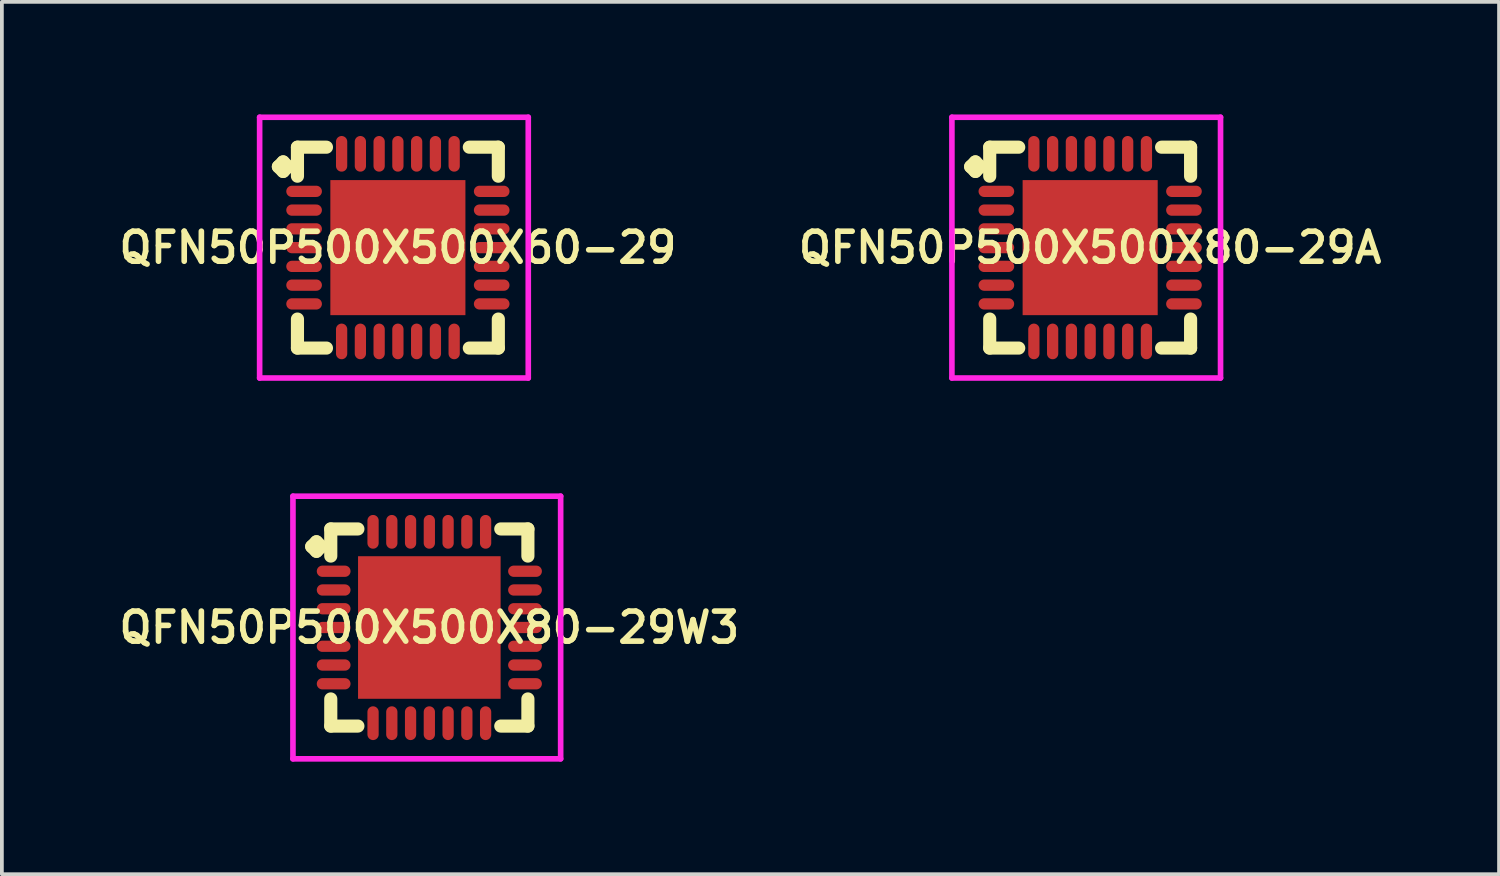
<source format=kicad_pcb>
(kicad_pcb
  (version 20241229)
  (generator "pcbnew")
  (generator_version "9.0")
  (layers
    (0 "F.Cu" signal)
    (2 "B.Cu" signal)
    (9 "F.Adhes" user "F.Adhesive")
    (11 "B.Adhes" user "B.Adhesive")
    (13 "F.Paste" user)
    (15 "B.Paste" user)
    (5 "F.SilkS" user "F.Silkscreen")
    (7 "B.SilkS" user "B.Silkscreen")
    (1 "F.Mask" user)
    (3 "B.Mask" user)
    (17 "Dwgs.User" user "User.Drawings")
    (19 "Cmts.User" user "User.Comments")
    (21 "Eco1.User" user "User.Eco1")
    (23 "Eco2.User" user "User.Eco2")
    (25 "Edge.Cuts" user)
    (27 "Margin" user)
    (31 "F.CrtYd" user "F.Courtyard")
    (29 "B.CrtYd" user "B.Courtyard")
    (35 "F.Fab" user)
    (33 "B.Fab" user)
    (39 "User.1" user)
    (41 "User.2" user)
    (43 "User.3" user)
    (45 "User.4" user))
  (footprint "QFN50P500X500X80-29A"
    (layer "F.Cu")
    (at 26.006 3.55)
    (property "Reference" "QFN50P500X500X80-29A" (at 0 0 0) (layer "F.SilkS") (effects (font (size 0.8 0.8) (thickness 0.15))))
    (attr smd)
    (fp_line (start -3.185 -2.158) (end -3.058 -2.285) (stroke (width 0.35) (type solid)) (layer "F.SilkS"))
    (fp_line (start -3.058 -2.285) (end -2.931 -2.158) (stroke (width 0.35) (type solid)) (layer "F.SilkS"))
    (fp_line (start -3.058 -2.031) (end -3.185 -2.158) (stroke (width 0.35) (type solid)) (layer "F.SilkS"))
    (fp_line (start -2.931 -2.158) (end -3.058 -2.031) (stroke (width 0.35) (type solid)) (layer "F.SilkS"))
    (fp_line (start -2.677 -2.677) (end -1.904 -2.677) (stroke (width 0.35) (type solid)) (layer "F.SilkS"))
    (fp_line (start -2.677 -1.904) (end -2.677 -2.677) (stroke (width 0.35) (type solid)) (layer "F.SilkS"))
    (fp_line (start -2.677 1.904) (end -2.677 2.677) (stroke (width 0.35) (type solid)) (layer "F.SilkS"))
    (fp_line (start -2.677 2.677) (end -1.904 2.677) (stroke (width 0.35) (type solid)) (layer "F.SilkS"))
    (fp_line (start 1.904 -2.677) (end 2.677 -2.677) (stroke (width 0.35) (type solid)) (layer "F.SilkS"))
    (fp_line (start 1.904 2.677) (end 2.677 2.677) (stroke (width 0.35) (type solid)) (layer "F.SilkS"))
    (fp_line (start 2.677 -2.677) (end 2.677 -1.904) (stroke (width 0.35) (type solid)) (layer "F.SilkS"))
    (fp_line (start 2.677 2.677) (end 2.677 1.904) (stroke (width 0.35) (type solid)) (layer "F.SilkS"))
    (fp_line (start -3.685 -3.475) (end 3.475 -3.475) (stroke (width 0.15) (type solid)) (layer "F.CrtYd"))
    (fp_line (start -3.685 3.475) (end -3.685 -3.475) (stroke (width 0.15) (type solid)) (layer "F.CrtYd"))
    (fp_line (start 3.475 -3.475) (end 3.475 3.475) (stroke (width 0.15) (type solid)) (layer "F.CrtYd"))
    (fp_line (start 3.475 3.475) (end -3.685 3.475) (stroke (width 0.15) (type solid)) (layer "F.CrtYd"))
    (pad "1" smd oval (at -2.5 -1.5) (size 0.95 0.3) (layers "F.Cu" "F.Mask" "F.Paste"))
    (pad "2" smd oval (at -2.5 -1) (size 0.95 0.3) (layers "F.Cu" "F.Mask" "F.Paste"))
    (pad "3" smd oval (at -2.5 -0.5) (size 0.95 0.3) (layers "F.Cu" "F.Mask" "F.Paste"))
    (pad "4" smd oval (at -2.5 0) (size 0.95 0.3) (layers "F.Cu" "F.Mask" "F.Paste"))
    (pad "5" smd oval (at -2.5 0.5) (size 0.95 0.3) (layers "F.Cu" "F.Mask" "F.Paste"))
    (pad "6" smd oval (at -2.5 1) (size 0.95 0.3) (layers "F.Cu" "F.Mask" "F.Paste"))
    (pad "7" smd oval (at -2.5 1.5) (size 0.95 0.3) (layers "F.Cu" "F.Mask" "F.Paste"))
    (pad "8" smd oval (at -1.5 2.5) (size 0.3 0.95) (layers "F.Cu" "F.Mask" "F.Paste"))
    (pad "9" smd oval (at -1 2.5) (size 0.3 0.95) (layers "F.Cu" "F.Mask" "F.Paste"))
    (pad "10" smd oval (at -0.5 2.5) (size 0.3 0.95) (layers "F.Cu" "F.Mask" "F.Paste"))
    (pad "11" smd oval (at 0 2.5) (size 0.3 0.95) (layers "F.Cu" "F.Mask" "F.Paste"))
    (pad "12" smd oval (at 0.5 2.5) (size 0.3 0.95) (layers "F.Cu" "F.Mask" "F.Paste"))
    (pad "13" smd oval (at 1 2.5) (size 0.3 0.95) (layers "F.Cu" "F.Mask" "F.Paste"))
    (pad "14" smd oval (at 1.5 2.5) (size 0.3 0.95) (layers "F.Cu" "F.Mask" "F.Paste"))
    (pad "15" smd oval (at 2.5 1.5) (size 0.95 0.3) (layers "F.Cu" "F.Mask" "F.Paste"))
    (pad "16" smd oval (at 2.5 1) (size 0.95 0.3) (layers "F.Cu" "F.Mask" "F.Paste"))
    (pad "17" smd oval (at 2.5 0.5) (size 0.95 0.3) (layers "F.Cu" "F.Mask" "F.Paste"))
    (pad "18" smd oval (at 2.5 0) (size 0.95 0.3) (layers "F.Cu" "F.Mask" "F.Paste"))
    (pad "19" smd oval (at 2.5 -0.5) (size 0.95 0.3) (layers "F.Cu" "F.Mask" "F.Paste"))
    (pad "20" smd oval (at 2.5 -1) (size 0.95 0.3) (layers "F.Cu" "F.Mask" "F.Paste"))
    (pad "21" smd oval (at 2.5 -1.5) (size 0.95 0.3) (layers "F.Cu" "F.Mask" "F.Paste"))
    (pad "22" smd oval (at 1.5 -2.5) (size 0.3 0.95) (layers "F.Cu" "F.Mask" "F.Paste"))
    (pad "23" smd oval (at 1 -2.5) (size 0.3 0.95) (layers "F.Cu" "F.Mask" "F.Paste"))
    (pad "24" smd oval (at 0.5 -2.5) (size 0.3 0.95) (layers "F.Cu" "F.Mask" "F.Paste"))
    (pad "25" smd oval (at 0 -2.5) (size 0.3 0.95) (layers "F.Cu" "F.Mask" "F.Paste"))
    (pad "26" smd oval (at -0.5 -2.5) (size 0.3 0.95) (layers "F.Cu" "F.Mask" "F.Paste"))
    (pad "27" smd oval (at -1 -2.5) (size 0.3 0.95) (layers "F.Cu" "F.Mask" "F.Paste"))
    (pad "28" smd oval (at -1.5 -2.5) (size 0.3 0.95) (layers "F.Cu" "F.Mask" "F.Paste"))
    (pad "29" smd rect (at 0 0) (size 3.6 3.6) (layers "F.Cu" "F.Mask" "F.Paste")))
  (footprint "QFN50P500X500X80-29W3"
    (layer "F.Cu")
    (at 8.393 13.675)
    (property "Reference" "QFN50P500X500X80-29W3" (at 0 0 0) (layer "F.SilkS") (effects (font (size 0.8 0.8) (thickness 0.15))))
    (attr smd)
    (fp_line (start -3.135 -2.158) (end -3.008 -2.285) (stroke (width 0.35) (type solid)) (layer "F.SilkS"))
    (fp_line (start -3.008 -2.285) (end -2.881 -2.158) (stroke (width 0.35) (type solid)) (layer "F.SilkS"))
    (fp_line (start -3.008 -2.031) (end -3.135 -2.158) (stroke (width 0.35) (type solid)) (layer "F.SilkS"))
    (fp_line (start -2.881 -2.158) (end -3.008 -2.031) (stroke (width 0.35) (type solid)) (layer "F.SilkS"))
    (fp_line (start -2.627 -2.627) (end -1.904 -2.627) (stroke (width 0.35) (type solid)) (layer "F.SilkS"))
    (fp_line (start -2.627 -1.904) (end -2.627 -2.627) (stroke (width 0.35) (type solid)) (layer "F.SilkS"))
    (fp_line (start -2.627 1.904) (end -2.627 2.627) (stroke (width 0.35) (type solid)) (layer "F.SilkS"))
    (fp_line (start -2.627 2.627) (end -1.904 2.627) (stroke (width 0.35) (type solid)) (layer "F.SilkS"))
    (fp_line (start 1.904 -2.627) (end 2.627 -2.627) (stroke (width 0.35) (type solid)) (layer "F.SilkS"))
    (fp_line (start 1.904 2.627) (end 2.627 2.627) (stroke (width 0.35) (type solid)) (layer "F.SilkS"))
    (fp_line (start 2.627 -2.627) (end 2.627 -1.904) (stroke (width 0.35) (type solid)) (layer "F.SilkS"))
    (fp_line (start 2.627 2.627) (end 2.627 1.904) (stroke (width 0.35) (type solid)) (layer "F.SilkS"))
    (fp_line (start -3.635 -3.5) (end 3.5 -3.5) (stroke (width 0.15) (type solid)) (layer "F.CrtYd"))
    (fp_line (start -3.635 3.5) (end -3.635 -3.5) (stroke (width 0.15) (type solid)) (layer "F.CrtYd"))
    (fp_line (start 3.5 -3.5) (end 3.5 3.5) (stroke (width 0.15) (type solid)) (layer "F.CrtYd"))
    (fp_line (start 3.5 3.5) (end -3.635 3.5) (stroke (width 0.15) (type solid)) (layer "F.CrtYd"))
    (pad "1" smd oval (at -2.55 -1.5) (size 0.9 0.3) (layers "F.Cu" "F.Mask" "F.Paste"))
    (pad "2" smd oval (at -2.55 -1) (size 0.9 0.3) (layers "F.Cu" "F.Mask" "F.Paste"))
    (pad "3" smd oval (at -2.55 -0.5) (size 0.9 0.3) (layers "F.Cu" "F.Mask" "F.Paste"))
    (pad "4" smd oval (at -2.55 0) (size 0.9 0.3) (layers "F.Cu" "F.Mask" "F.Paste"))
    (pad "5" smd oval (at -2.55 0.5) (size 0.9 0.3) (layers "F.Cu" "F.Mask" "F.Paste"))
    (pad "6" smd oval (at -2.55 1) (size 0.9 0.3) (layers "F.Cu" "F.Mask" "F.Paste"))
    (pad "7" smd oval (at -2.55 1.5) (size 0.9 0.3) (layers "F.Cu" "F.Mask" "F.Paste"))
    (pad "8" smd oval (at -1.5 2.55) (size 0.3 0.9) (layers "F.Cu" "F.Mask" "F.Paste"))
    (pad "9" smd oval (at -1 2.55) (size 0.3 0.9) (layers "F.Cu" "F.Mask" "F.Paste"))
    (pad "10" smd oval (at -0.5 2.55) (size 0.3 0.9) (layers "F.Cu" "F.Mask" "F.Paste"))
    (pad "11" smd oval (at 0 2.55) (size 0.3 0.9) (layers "F.Cu" "F.Mask" "F.Paste"))
    (pad "12" smd oval (at 0.5 2.55) (size 0.3 0.9) (layers "F.Cu" "F.Mask" "F.Paste"))
    (pad "13" smd oval (at 1 2.55) (size 0.3 0.9) (layers "F.Cu" "F.Mask" "F.Paste"))
    (pad "14" smd oval (at 1.5 2.55) (size 0.3 0.9) (layers "F.Cu" "F.Mask" "F.Paste"))
    (pad "15" smd oval (at 2.55 1.5) (size 0.9 0.3) (layers "F.Cu" "F.Mask" "F.Paste"))
    (pad "16" smd oval (at 2.55 1) (size 0.9 0.3) (layers "F.Cu" "F.Mask" "F.Paste"))
    (pad "17" smd oval (at 2.55 0.5) (size 0.9 0.3) (layers "F.Cu" "F.Mask" "F.Paste"))
    (pad "18" smd oval (at 2.55 0) (size 0.9 0.3) (layers "F.Cu" "F.Mask" "F.Paste"))
    (pad "19" smd oval (at 2.55 -0.5) (size 0.9 0.3) (layers "F.Cu" "F.Mask" "F.Paste"))
    (pad "20" smd oval (at 2.55 -1) (size 0.9 0.3) (layers "F.Cu" "F.Mask" "F.Paste"))
    (pad "21" smd oval (at 2.55 -1.5) (size 0.9 0.3) (layers "F.Cu" "F.Mask" "F.Paste"))
    (pad "22" smd oval (at 1.5 -2.55) (size 0.3 0.9) (layers "F.Cu" "F.Mask" "F.Paste"))
    (pad "23" smd oval (at 1 -2.55) (size 0.3 0.9) (layers "F.Cu" "F.Mask" "F.Paste"))
    (pad "24" smd oval (at 0.5 -2.55) (size 0.3 0.9) (layers "F.Cu" "F.Mask" "F.Paste"))
    (pad "25" smd oval (at 0 -2.55) (size 0.3 0.9) (layers "F.Cu" "F.Mask" "F.Paste"))
    (pad "26" smd oval (at -0.5 -2.55) (size 0.3 0.9) (layers "F.Cu" "F.Mask" "F.Paste"))
    (pad "27" smd oval (at -1 -2.55) (size 0.3 0.9) (layers "F.Cu" "F.Mask" "F.Paste"))
    (pad "28" smd oval (at -1.5 -2.55) (size 0.3 0.9) (layers "F.Cu" "F.Mask" "F.Paste"))
    (pad "29" smd rect (at 0 0) (size 3.8 3.8) (layers "F.Cu" "F.Mask" "F.Paste")))
  (footprint "QFN50P500X500X60-29"
    (layer "F.Cu")
    (at 7.555 3.55)
    (property "Reference" "QFN50P500X500X60-29" (at 0 0 0) (layer "F.SilkS") (effects (font (size 0.8 0.8) (thickness 0.15))))
    (attr through_hole)
    (fp_line (start -3.185 -2.158) (end -3.058 -2.285) (stroke (width 0.35) (type solid)) (layer "F.SilkS"))
    (fp_line (start -3.058 -2.285) (end -2.931 -2.158) (stroke (width 0.35) (type solid)) (layer "F.SilkS"))
    (fp_line (start -3.058 -2.031) (end -3.185 -2.158) (stroke (width 0.35) (type solid)) (layer "F.SilkS"))
    (fp_line (start -2.931 -2.158) (end -3.058 -2.031) (stroke (width 0.35) (type solid)) (layer "F.SilkS"))
    (fp_line (start -2.677 -2.677) (end -1.904 -2.677) (stroke (width 0.35) (type solid)) (layer "F.SilkS"))
    (fp_line (start -2.677 -1.904) (end -2.677 -2.677) (stroke (width 0.35) (type solid)) (layer "F.SilkS"))
    (fp_line (start -2.677 1.904) (end -2.677 2.677) (stroke (width 0.35) (type solid)) (layer "F.SilkS"))
    (fp_line (start -2.677 2.677) (end -1.904 2.677) (stroke (width 0.35) (type solid)) (layer "F.SilkS"))
    (fp_line (start 1.904 -2.677) (end 2.677 -2.677) (stroke (width 0.35) (type solid)) (layer "F.SilkS"))
    (fp_line (start 1.904 2.677) (end 2.677 2.677) (stroke (width 0.35) (type solid)) (layer "F.SilkS"))
    (fp_line (start 2.677 -2.677) (end 2.677 -1.904) (stroke (width 0.35) (type solid)) (layer "F.SilkS"))
    (fp_line (start 2.677 2.677) (end 2.677 1.904) (stroke (width 0.35) (type solid)) (layer "F.SilkS"))
    (fp_line (start -3.685 -3.475) (end 3.475 -3.475) (stroke (width 0.15) (type solid)) (layer "F.CrtYd"))
    (fp_line (start -3.685 3.475) (end -3.685 -3.475) (stroke (width 0.15) (type solid)) (layer "F.CrtYd"))
    (fp_line (start 3.475 -3.475) (end 3.475 3.475) (stroke (width 0.15) (type solid)) (layer "F.CrtYd"))
    (fp_line (start 3.475 3.475) (end -3.685 3.475) (stroke (width 0.15) (type solid)) (layer "F.CrtYd"))
    (pad "1" smd oval (at -2.5 -1.5) (size 0.95 0.3) (layers "F.Cu" "F.Mask" "F.Paste"))
    (pad "2" smd oval (at -2.5 -1) (size 0.95 0.3) (layers "F.Cu" "F.Mask" "F.Paste"))
    (pad "3" smd oval (at -2.5 -0.5) (size 0.95 0.3) (layers "F.Cu" "F.Mask" "F.Paste"))
    (pad "4" smd oval (at -2.5 0) (size 0.95 0.3) (layers "F.Cu" "F.Mask" "F.Paste"))
    (pad "5" smd oval (at -2.5 0.5) (size 0.95 0.3) (layers "F.Cu" "F.Mask" "F.Paste"))
    (pad "6" smd oval (at -2.5 1) (size 0.95 0.3) (layers "F.Cu" "F.Mask" "F.Paste"))
    (pad "7" smd oval (at -2.5 1.5) (size 0.95 0.3) (layers "F.Cu" "F.Mask" "F.Paste"))
    (pad "8" smd oval (at -1.5 2.5) (size 0.3 0.95) (layers "F.Cu" "F.Mask" "F.Paste"))
    (pad "9" smd oval (at -1 2.5) (size 0.3 0.95) (layers "F.Cu" "F.Mask" "F.Paste"))
    (pad "10" smd oval (at -0.5 2.5) (size 0.3 0.95) (layers "F.Cu" "F.Mask" "F.Paste"))
    (pad "11" smd oval (at 0 2.5) (size 0.3 0.95) (layers "F.Cu" "F.Mask" "F.Paste"))
    (pad "12" smd oval (at 0.5 2.5) (size 0.3 0.95) (layers "F.Cu" "F.Mask" "F.Paste"))
    (pad "13" smd oval (at 1 2.5) (size 0.3 0.95) (layers "F.Cu" "F.Mask" "F.Paste"))
    (pad "14" smd oval (at 1.5 2.5) (size 0.3 0.95) (layers "F.Cu" "F.Mask" "F.Paste"))
    (pad "15" smd oval (at 2.5 1.5) (size 0.95 0.3) (layers "F.Cu" "F.Mask" "F.Paste"))
    (pad "16" smd oval (at 2.5 1) (size 0.95 0.3) (layers "F.Cu" "F.Mask" "F.Paste"))
    (pad "17" smd oval (at 2.5 0.5) (size 0.95 0.3) (layers "F.Cu" "F.Mask" "F.Paste"))
    (pad "18" smd oval (at 2.5 0) (size 0.95 0.3) (layers "F.Cu" "F.Mask" "F.Paste"))
    (pad "19" smd oval (at 2.5 -0.5) (size 0.95 0.3) (layers "F.Cu" "F.Mask" "F.Paste"))
    (pad "20" smd oval (at 2.5 -1) (size 0.95 0.3) (layers "F.Cu" "F.Mask" "F.Paste"))
    (pad "21" smd oval (at 2.5 -1.5) (size 0.95 0.3) (layers "F.Cu" "F.Mask" "F.Paste"))
    (pad "22" smd oval (at 1.5 -2.5) (size 0.3 0.95) (layers "F.Cu" "F.Mask" "F.Paste"))
    (pad "23" smd oval (at 1 -2.5) (size 0.3 0.95) (layers "F.Cu" "F.Mask" "F.Paste"))
    (pad "24" smd oval (at 0.5 -2.5) (size 0.3 0.95) (layers "F.Cu" "F.Mask" "F.Paste"))
    (pad "25" smd oval (at 0 -2.5) (size 0.3 0.95) (layers "F.Cu" "F.Mask" "F.Paste"))
    (pad "26" smd oval (at -0.5 -2.5) (size 0.3 0.95) (layers "F.Cu" "F.Mask" "F.Paste"))
    (pad "27" smd oval (at -1 -2.5) (size 0.3 0.95) (layers "F.Cu" "F.Mask" "F.Paste"))
    (pad "28" smd oval (at -1.5 -2.5) (size 0.3 0.95) (layers "F.Cu" "F.Mask" "F.Paste"))
    (pad "29" smd rect (at 0 0) (size 3.6 3.6) (layers "F.Cu" "F.Mask" "F.Paste")))
  (gr_rect
    (start -3 -3)
    (end 36.904 20.25)
    (stroke (width 0.1) (type default))
    (fill no)
    (layer "Edge.Cuts")))
</source>
